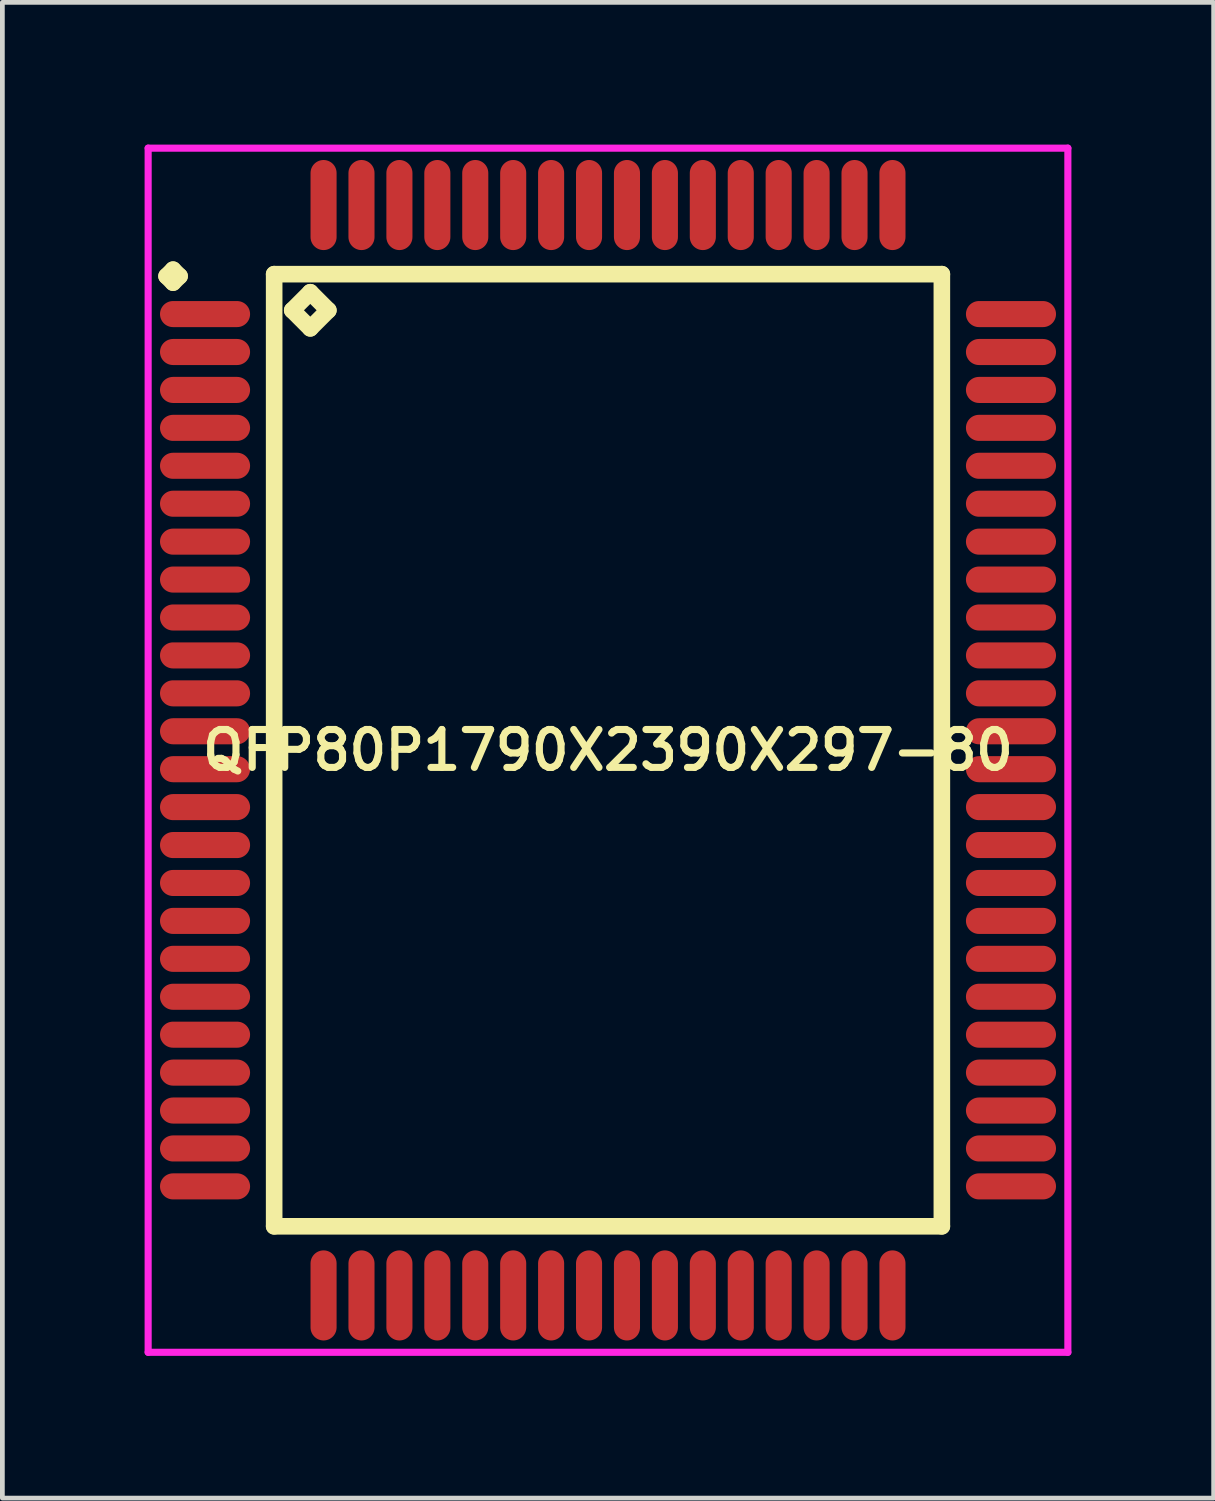
<source format=kicad_pcb>
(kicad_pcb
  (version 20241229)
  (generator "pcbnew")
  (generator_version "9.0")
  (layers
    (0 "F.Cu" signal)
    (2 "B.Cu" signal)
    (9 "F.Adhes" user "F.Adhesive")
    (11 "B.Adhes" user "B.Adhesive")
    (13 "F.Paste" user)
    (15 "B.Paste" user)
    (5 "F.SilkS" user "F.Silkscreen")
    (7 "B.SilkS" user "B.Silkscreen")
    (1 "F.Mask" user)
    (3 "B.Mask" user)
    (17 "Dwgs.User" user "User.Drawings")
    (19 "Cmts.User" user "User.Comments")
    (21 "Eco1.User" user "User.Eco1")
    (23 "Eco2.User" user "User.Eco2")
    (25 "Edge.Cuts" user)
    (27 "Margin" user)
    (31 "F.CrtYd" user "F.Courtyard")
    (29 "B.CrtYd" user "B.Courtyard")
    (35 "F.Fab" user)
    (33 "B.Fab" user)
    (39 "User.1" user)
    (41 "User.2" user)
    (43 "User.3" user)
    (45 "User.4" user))
  (footprint "QFP80P1790X2390X297-80"
    (layer "F.Cu")
    (at 9.775 12.775)
    (property "Reference" "QFP80P1790X2390X297-80" (at 0 0 0) (layer "F.SilkS") (effects (font (size 0.8 0.8) (thickness 0.15))))
    (attr through_hole)
    (fp_line (start -9.312 -10) (end -9.175 -10.137) (stroke (width 0.35) (type solid)) (layer "F.SilkS"))
    (fp_line (start -9.175 -10.137) (end -9.037 -10) (stroke (width 0.35) (type solid)) (layer "F.SilkS"))
    (fp_line (start -9.175 -9.863) (end -9.312 -10) (stroke (width 0.35) (type solid)) (layer "F.SilkS"))
    (fp_line (start -9.037 -10) (end -9.175 -9.863) (stroke (width 0.35) (type solid)) (layer "F.SilkS"))
    (fp_line (start -7.042 -10.042) (end -7.042 10.042) (stroke (width 0.35) (type solid)) (layer "F.SilkS"))
    (fp_line (start -7.042 10.042) (end 7.042 10.042) (stroke (width 0.35) (type solid)) (layer "F.SilkS"))
    (fp_line (start -6.661 -9.28) (end -6.28 -9.661) (stroke (width 0.35) (type solid)) (layer "F.SilkS"))
    (fp_line (start -6.28 -9.661) (end -5.899 -9.28) (stroke (width 0.35) (type solid)) (layer "F.SilkS"))
    (fp_line (start -6.28 -8.899) (end -6.661 -9.28) (stroke (width 0.35) (type solid)) (layer "F.SilkS"))
    (fp_line (start -5.899 -9.28) (end -6.28 -8.899) (stroke (width 0.35) (type solid)) (layer "F.SilkS"))
    (fp_line (start 7.042 -10.042) (end -7.042 -10.042) (stroke (width 0.35) (type solid)) (layer "F.SilkS"))
    (fp_line (start 7.042 10.042) (end 7.042 -10.042) (stroke (width 0.35) (type solid)) (layer "F.SilkS"))
    (fp_line (start -9.7 -12.7) (end 9.7 -12.7) (stroke (width 0.15) (type solid)) (layer "F.CrtYd"))
    (fp_line (start -9.7 12.7) (end -9.7 -12.7) (stroke (width 0.15) (type solid)) (layer "F.CrtYd"))
    (fp_line (start 9.7 -12.7) (end 9.7 12.7) (stroke (width 0.15) (type solid)) (layer "F.CrtYd"))
    (fp_line (start 9.7 12.7) (end -9.7 12.7) (stroke (width 0.15) (type solid)) (layer "F.CrtYd"))
    (pad "1" smd oval (at -8.5 -9.2) (size 1.9 0.55) (layers "F.Cu" "F.Mask" "F.Paste"))
    (pad "2" smd oval (at -8.5 -8.4) (size 1.9 0.55) (layers "F.Cu" "F.Mask" "F.Paste"))
    (pad "3" smd oval (at -8.5 -7.6) (size 1.9 0.55) (layers "F.Cu" "F.Mask" "F.Paste"))
    (pad "4" smd oval (at -8.5 -6.8) (size 1.9 0.55) (layers "F.Cu" "F.Mask" "F.Paste"))
    (pad "5" smd oval (at -8.5 -6) (size 1.9 0.55) (layers "F.Cu" "F.Mask" "F.Paste"))
    (pad "6" smd oval (at -8.5 -5.2) (size 1.9 0.55) (layers "F.Cu" "F.Mask" "F.Paste"))
    (pad "7" smd oval (at -8.5 -4.4) (size 1.9 0.55) (layers "F.Cu" "F.Mask" "F.Paste"))
    (pad "8" smd oval (at -8.5 -3.6) (size 1.9 0.55) (layers "F.Cu" "F.Mask" "F.Paste"))
    (pad "9" smd oval (at -8.5 -2.8) (size 1.9 0.55) (layers "F.Cu" "F.Mask" "F.Paste"))
    (pad "10" smd oval (at -8.5 -2) (size 1.9 0.55) (layers "F.Cu" "F.Mask" "F.Paste"))
    (pad "11" smd oval (at -8.5 -1.2) (size 1.9 0.55) (layers "F.Cu" "F.Mask" "F.Paste"))
    (pad "12" smd oval (at -8.5 -0.4) (size 1.9 0.55) (layers "F.Cu" "F.Mask" "F.Paste"))
    (pad "13" smd oval (at -8.5 0.4) (size 1.9 0.55) (layers "F.Cu" "F.Mask" "F.Paste"))
    (pad "14" smd oval (at -8.5 1.2) (size 1.9 0.55) (layers "F.Cu" "F.Mask" "F.Paste"))
    (pad "15" smd oval (at -8.5 2) (size 1.9 0.55) (layers "F.Cu" "F.Mask" "F.Paste"))
    (pad "16" smd oval (at -8.5 2.8) (size 1.9 0.55) (layers "F.Cu" "F.Mask" "F.Paste"))
    (pad "17" smd oval (at -8.5 3.6) (size 1.9 0.55) (layers "F.Cu" "F.Mask" "F.Paste"))
    (pad "18" smd oval (at -8.5 4.4) (size 1.9 0.55) (layers "F.Cu" "F.Mask" "F.Paste"))
    (pad "19" smd oval (at -8.5 5.2) (size 1.9 0.55) (layers "F.Cu" "F.Mask" "F.Paste"))
    (pad "20" smd oval (at -8.5 6) (size 1.9 0.55) (layers "F.Cu" "F.Mask" "F.Paste"))
    (pad "21" smd oval (at -8.5 6.8) (size 1.9 0.55) (layers "F.Cu" "F.Mask" "F.Paste"))
    (pad "22" smd oval (at -8.5 7.6) (size 1.9 0.55) (layers "F.Cu" "F.Mask" "F.Paste"))
    (pad "23" smd oval (at -8.5 8.4) (size 1.9 0.55) (layers "F.Cu" "F.Mask" "F.Paste"))
    (pad "24" smd oval (at -8.5 9.2) (size 1.9 0.55) (layers "F.Cu" "F.Mask" "F.Paste"))
    (pad "25" smd oval (at -6 11.5) (size 0.55 1.9) (layers "F.Cu" "F.Mask" "F.Paste"))
    (pad "26" smd oval (at -5.2 11.5) (size 0.55 1.9) (layers "F.Cu" "F.Mask" "F.Paste"))
    (pad "27" smd oval (at -4.4 11.5) (size 0.55 1.9) (layers "F.Cu" "F.Mask" "F.Paste"))
    (pad "28" smd oval (at -3.6 11.5) (size 0.55 1.9) (layers "F.Cu" "F.Mask" "F.Paste"))
    (pad "29" smd oval (at -2.8 11.5) (size 0.55 1.9) (layers "F.Cu" "F.Mask" "F.Paste"))
    (pad "30" smd oval (at -2 11.5) (size 0.55 1.9) (layers "F.Cu" "F.Mask" "F.Paste"))
    (pad "31" smd oval (at -1.2 11.5) (size 0.55 1.9) (layers "F.Cu" "F.Mask" "F.Paste"))
    (pad "32" smd oval (at -0.4 11.5) (size 0.55 1.9) (layers "F.Cu" "F.Mask" "F.Paste"))
    (pad "33" smd oval (at 0.4 11.5) (size 0.55 1.9) (layers "F.Cu" "F.Mask" "F.Paste"))
    (pad "34" smd oval (at 1.2 11.5) (size 0.55 1.9) (layers "F.Cu" "F.Mask" "F.Paste"))
    (pad "35" smd oval (at 2 11.5) (size 0.55 1.9) (layers "F.Cu" "F.Mask" "F.Paste"))
    (pad "36" smd oval (at 2.8 11.5) (size 0.55 1.9) (layers "F.Cu" "F.Mask" "F.Paste"))
    (pad "37" smd oval (at 3.6 11.5) (size 0.55 1.9) (layers "F.Cu" "F.Mask" "F.Paste"))
    (pad "38" smd oval (at 4.4 11.5) (size 0.55 1.9) (layers "F.Cu" "F.Mask" "F.Paste"))
    (pad "39" smd oval (at 5.2 11.5) (size 0.55 1.9) (layers "F.Cu" "F.Mask" "F.Paste"))
    (pad "40" smd oval (at 6 11.5) (size 0.55 1.9) (layers "F.Cu" "F.Mask" "F.Paste"))
    (pad "41" smd oval (at 8.5 9.2) (size 1.9 0.55) (layers "F.Cu" "F.Mask" "F.Paste"))
    (pad "42" smd oval (at 8.5 8.4) (size 1.9 0.55) (layers "F.Cu" "F.Mask" "F.Paste"))
    (pad "43" smd oval (at 8.5 7.6) (size 1.9 0.55) (layers "F.Cu" "F.Mask" "F.Paste"))
    (pad "44" smd oval (at 8.5 6.8) (size 1.9 0.55) (layers "F.Cu" "F.Mask" "F.Paste"))
    (pad "45" smd oval (at 8.5 6) (size 1.9 0.55) (layers "F.Cu" "F.Mask" "F.Paste"))
    (pad "46" smd oval (at 8.5 5.2) (size 1.9 0.55) (layers "F.Cu" "F.Mask" "F.Paste"))
    (pad "47" smd oval (at 8.5 4.4) (size 1.9 0.55) (layers "F.Cu" "F.Mask" "F.Paste"))
    (pad "48" smd oval (at 8.5 3.6) (size 1.9 0.55) (layers "F.Cu" "F.Mask" "F.Paste"))
    (pad "49" smd oval (at 8.5 2.8) (size 1.9 0.55) (layers "F.Cu" "F.Mask" "F.Paste"))
    (pad "50" smd oval (at 8.5 2) (size 1.9 0.55) (layers "F.Cu" "F.Mask" "F.Paste"))
    (pad "51" smd oval (at 8.5 1.2) (size 1.9 0.55) (layers "F.Cu" "F.Mask" "F.Paste"))
    (pad "52" smd oval (at 8.5 0.4) (size 1.9 0.55) (layers "F.Cu" "F.Mask" "F.Paste"))
    (pad "53" smd oval (at 8.5 -0.4) (size 1.9 0.55) (layers "F.Cu" "F.Mask" "F.Paste"))
    (pad "54" smd oval (at 8.5 -1.2) (size 1.9 0.55) (layers "F.Cu" "F.Mask" "F.Paste"))
    (pad "55" smd oval (at 8.5 -2) (size 1.9 0.55) (layers "F.Cu" "F.Mask" "F.Paste"))
    (pad "56" smd oval (at 8.5 -2.8) (size 1.9 0.55) (layers "F.Cu" "F.Mask" "F.Paste"))
    (pad "57" smd oval (at 8.5 -3.6) (size 1.9 0.55) (layers "F.Cu" "F.Mask" "F.Paste"))
    (pad "58" smd oval (at 8.5 -4.4) (size 1.9 0.55) (layers "F.Cu" "F.Mask" "F.Paste"))
    (pad "59" smd oval (at 8.5 -5.2) (size 1.9 0.55) (layers "F.Cu" "F.Mask" "F.Paste"))
    (pad "60" smd oval (at 8.5 -6) (size 1.9 0.55) (layers "F.Cu" "F.Mask" "F.Paste"))
    (pad "61" smd oval (at 8.5 -6.8) (size 1.9 0.55) (layers "F.Cu" "F.Mask" "F.Paste"))
    (pad "62" smd oval (at 8.5 -7.6) (size 1.9 0.55) (layers "F.Cu" "F.Mask" "F.Paste"))
    (pad "63" smd oval (at 8.5 -8.4) (size 1.9 0.55) (layers "F.Cu" "F.Mask" "F.Paste"))
    (pad "64" smd oval (at 8.5 -9.2) (size 1.9 0.55) (layers "F.Cu" "F.Mask" "F.Paste"))
    (pad "65" smd oval (at 6 -11.5) (size 0.55 1.9) (layers "F.Cu" "F.Mask" "F.Paste"))
    (pad "66" smd oval (at 5.2 -11.5) (size 0.55 1.9) (layers "F.Cu" "F.Mask" "F.Paste"))
    (pad "67" smd oval (at 4.4 -11.5) (size 0.55 1.9) (layers "F.Cu" "F.Mask" "F.Paste"))
    (pad "68" smd oval (at 3.6 -11.5) (size 0.55 1.9) (layers "F.Cu" "F.Mask" "F.Paste"))
    (pad "69" smd oval (at 2.8 -11.5) (size 0.55 1.9) (layers "F.Cu" "F.Mask" "F.Paste"))
    (pad "70" smd oval (at 2 -11.5) (size 0.55 1.9) (layers "F.Cu" "F.Mask" "F.Paste"))
    (pad "71" smd oval (at 1.2 -11.5) (size 0.55 1.9) (layers "F.Cu" "F.Mask" "F.Paste"))
    (pad "72" smd oval (at 0.4 -11.5) (size 0.55 1.9) (layers "F.Cu" "F.Mask" "F.Paste"))
    (pad "73" smd oval (at -0.4 -11.5) (size 0.55 1.9) (layers "F.Cu" "F.Mask" "F.Paste"))
    (pad "74" smd oval (at -1.2 -11.5) (size 0.55 1.9) (layers "F.Cu" "F.Mask" "F.Paste"))
    (pad "75" smd oval (at -2 -11.5) (size 0.55 1.9) (layers "F.Cu" "F.Mask" "F.Paste"))
    (pad "76" smd oval (at -2.8 -11.5) (size 0.55 1.9) (layers "F.Cu" "F.Mask" "F.Paste"))
    (pad "77" smd oval (at -3.6 -11.5) (size 0.55 1.9) (layers "F.Cu" "F.Mask" "F.Paste"))
    (pad "78" smd oval (at -4.4 -11.5) (size 0.55 1.9) (layers "F.Cu" "F.Mask" "F.Paste"))
    (pad "79" smd oval (at -5.2 -11.5) (size 0.55 1.9) (layers "F.Cu" "F.Mask" "F.Paste"))
    (pad "80" smd oval (at -6 -11.5) (size 0.55 1.9) (layers "F.Cu" "F.Mask" "F.Paste")))
  (gr_rect
    (start -3 -3)
    (end 22.55 28.55)
    (stroke (width 0.1) (type default))
    (fill no)
    (layer "Edge.Cuts")))
</source>
